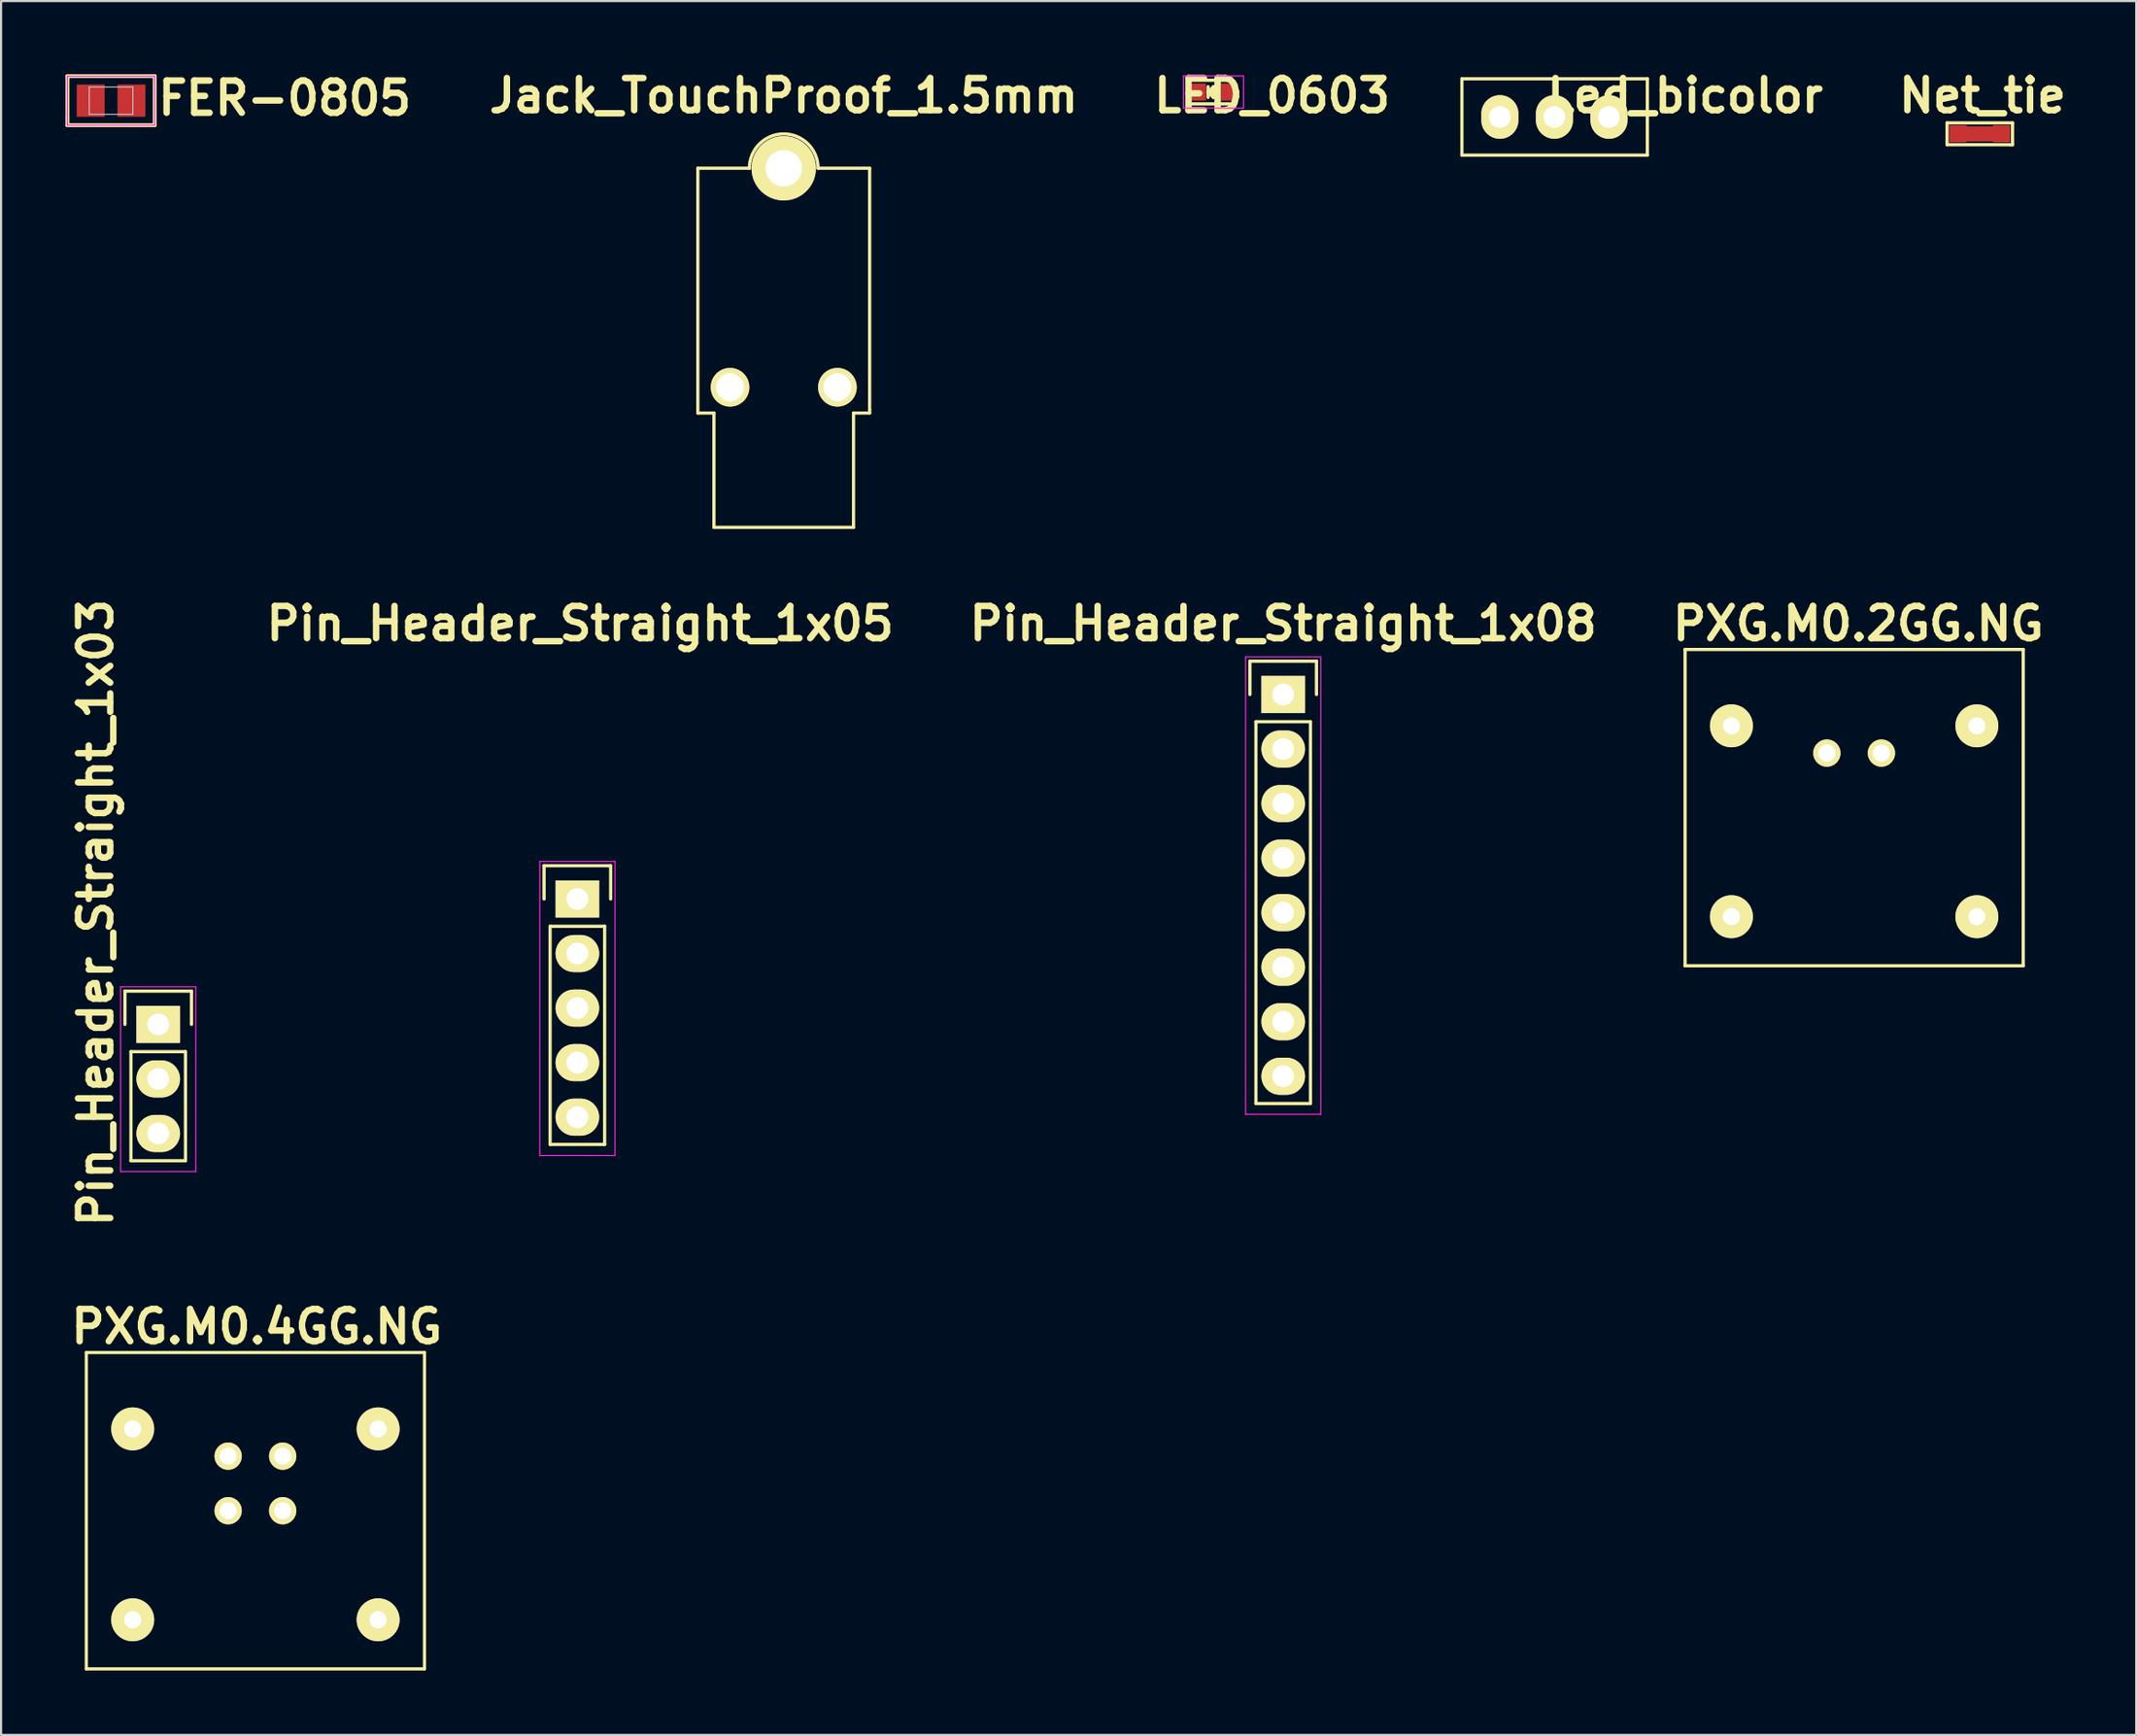
<source format=kicad_pcb>
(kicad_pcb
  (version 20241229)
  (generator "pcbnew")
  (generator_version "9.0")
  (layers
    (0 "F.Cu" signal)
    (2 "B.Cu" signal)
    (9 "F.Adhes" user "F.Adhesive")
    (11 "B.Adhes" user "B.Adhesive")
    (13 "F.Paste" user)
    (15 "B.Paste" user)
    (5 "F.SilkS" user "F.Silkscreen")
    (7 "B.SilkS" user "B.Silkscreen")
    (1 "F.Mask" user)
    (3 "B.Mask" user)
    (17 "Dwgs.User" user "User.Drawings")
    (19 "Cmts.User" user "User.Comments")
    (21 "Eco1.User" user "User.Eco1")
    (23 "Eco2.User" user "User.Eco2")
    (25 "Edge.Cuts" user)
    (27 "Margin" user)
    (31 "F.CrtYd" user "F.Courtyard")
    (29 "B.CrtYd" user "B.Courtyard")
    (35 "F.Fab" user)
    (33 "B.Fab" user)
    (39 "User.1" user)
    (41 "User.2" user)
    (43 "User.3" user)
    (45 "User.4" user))
  (footprint "Jack_TouchProof_1.5mm"
    (layer "F.Cu")
    (at 33.447 9.786)
    (property "Reference" "Jack_TouchProof_1.5mm" (at 0 -8.382 0) (layer "F.SilkS") (effects (font (size 1.5 1.5) (thickness 0.3))))
    (attr through_hole)
    (fp_line (start -4 -5) (end -4 6.4) (stroke (width 0.15) (type solid)) (layer "F.SilkS"))
    (fp_line (start -4 -5) (end -1.6 -5) (stroke (width 0.15) (type solid)) (layer "F.SilkS"))
    (fp_line (start -3.25 6.4) (end -4 6.4) (stroke (width 0.15) (type solid)) (layer "F.SilkS"))
    (fp_line (start -3.25 6.4) (end -3.25 11.725) (stroke (width 0.15) (type solid)) (layer "F.SilkS"))
    (fp_line (start 3.25 6.4) (end 3.25 11.725) (stroke (width 0.15) (type solid)) (layer "F.SilkS"))
    (fp_line (start 3.25 11.725) (end -3.25 11.725) (stroke (width 0.15) (type solid)) (layer "F.SilkS"))
    (fp_line (start 4 -5) (end 1.6 -5) (stroke (width 0.15) (type solid)) (layer "F.SilkS"))
    (fp_line (start 4 -5) (end 4 6.25) (stroke (width 0.15) (type solid)) (layer "F.SilkS"))
    (fp_line (start 4 6.25) (end 4 6.4) (stroke (width 0.15) (type solid)) (layer "F.SilkS"))
    (fp_line (start 4 6.4) (end 3.25 6.4) (stroke (width 0.15) (type solid)) (layer "F.SilkS"))
    (fp_arc (start -1.6 -5) (mid 0 -6.6) (end 1.6 -5) (stroke (width 0.15) (type solid)) (layer "F.SilkS"))
    (pad "1" thru_hole circle (at 0 -5) (size 3 3) (drill 1.7) (layers "*.Cu" "*.Mask" "F.SilkS"))
    (pad "2" thru_hole circle (at -2.5 5.2) (size 1.8 1.8) (drill 1.3) (layers "*.Cu" "*.Mask" "F.SilkS"))
    (pad "2" thru_hole circle (at 2.5 5.2) (size 1.8 1.8) (drill 1.3) (layers "*.Cu" "*.Mask" "F.SilkS")))
  (footprint "LED_0603"
    (layer "F.Cu")
    (at 53.459 1.238)
    (property "Reference" "LED_0603" (at 2.731 0.166 0) (layer "F.SilkS") (effects (font (size 1.5 1.5) (thickness 0.3))))
    (attr smd)
    (fp_line (start -1.1 -0.55) (end 0.8 -0.55) (stroke (width 0.15) (type solid)) (layer "F.SilkS"))
    (fp_line (start -1.1 0.55) (end 0.8 0.55) (stroke (width 0.15) (type solid)) (layer "F.SilkS"))
    (fp_line (start -0.25 -0.25) (end -0.25 0.25) (stroke (width 0.15) (type solid)) (layer "F.SilkS"))
    (fp_line (start -0.25 0) (end 0 -0.25) (stroke (width 0.15) (type solid)) (layer "F.SilkS"))
    (fp_line (start -0.2 0) (end 0.25 0) (stroke (width 0.15) (type solid)) (layer "F.SilkS"))
    (fp_line (start 0 -0.25) (end 0 0.25) (stroke (width 0.15) (type solid)) (layer "F.SilkS"))
    (fp_line (start 0 0.25) (end -0.25 0) (stroke (width 0.15) (type solid)) (layer "F.SilkS"))
    (fp_line (start -1.4 -0.75) (end 1.4 -0.75) (stroke (width 0.05) (type solid)) (layer "F.CrtYd"))
    (fp_line (start -1.4 0.75) (end -1.4 -0.75) (stroke (width 0.05) (type solid)) (layer "F.CrtYd"))
    (fp_line (start 1.4 -0.75) (end 1.4 0.75) (stroke (width 0.05) (type solid)) (layer "F.CrtYd"))
    (fp_line (start 1.4 0.75) (end -1.4 0.75) (stroke (width 0.05) (type solid)) (layer "F.CrtYd"))
    (pad "1" smd rect (at -0.749 0 180) (size 0.798 0.798) (layers "F.Cu" "F.Mask" "F.Paste"))
    (pad "2" smd rect (at 0.749 0 180) (size 0.798 0.798) (layers "F.Cu" "F.Mask" "F.Paste")))
  (footprint "Pin_Header_Straight_1x03"
    (layer "F.Cu")
    (at 4.318 44.657)
    (property "Reference" "Pin_Header_Straight_1x03" (at -2.914 -5.2 90) (layer "F.SilkS") (effects (font (size 1.5 1.5) (thickness 0.3))))
    (attr through_hole)
    (fp_line (start -1.55 -1.55) (end 1.55 -1.55) (stroke (width 0.15) (type solid)) (layer "F.SilkS"))
    (fp_line (start -1.55 0) (end -1.55 -1.55) (stroke (width 0.15) (type solid)) (layer "F.SilkS"))
    (fp_line (start -1.27 1.27) (end -1.27 6.35) (stroke (width 0.15) (type solid)) (layer "F.SilkS"))
    (fp_line (start -1.27 6.35) (end 1.27 6.35) (stroke (width 0.15) (type solid)) (layer "F.SilkS"))
    (fp_line (start 1.27 1.27) (end -1.27 1.27) (stroke (width 0.15) (type solid)) (layer "F.SilkS"))
    (fp_line (start 1.27 6.35) (end 1.27 1.27) (stroke (width 0.15) (type solid)) (layer "F.SilkS"))
    (fp_line (start 1.55 -1.55) (end 1.55 0) (stroke (width 0.15) (type solid)) (layer "F.SilkS"))
    (fp_line (start -1.75 -1.75) (end -1.75 6.85) (stroke (width 0.05) (type solid)) (layer "F.CrtYd"))
    (fp_line (start -1.75 -1.75) (end 1.75 -1.75) (stroke (width 0.05) (type solid)) (layer "F.CrtYd"))
    (fp_line (start -1.75 6.85) (end 1.75 6.85) (stroke (width 0.05) (type solid)) (layer "F.CrtYd"))
    (fp_line (start 1.75 -1.75) (end 1.75 6.85) (stroke (width 0.05) (type solid)) (layer "F.CrtYd"))
    (pad "1" thru_hole rect (at 0 0) (size 2.032 1.727) (drill 1.016) (layers "*.Cu" "*.Mask" "F.SilkS"))
    (pad "2" thru_hole oval (at 0 2.54) (size 2.032 1.727) (drill 1.016) (layers "*.Cu" "*.Mask" "F.SilkS"))
    (pad "3" thru_hole oval (at 0 5.08) (size 2.032 1.727) (drill 1.016) (layers "*.Cu" "*.Mask" "F.SilkS")))
  (footprint "Led_bicolor"
    (layer "F.Cu")
    (at 69.347 2.398)
    (property "Reference" "Led_bicolor" (at 6.076 -0.994 0) (layer "F.SilkS") (effects (font (size 1.5 1.5) (thickness 0.3))))
    (attr through_hole)
    (fp_line (start -4.318 -1.778) (end -4.318 1.778) (stroke (width 0.15) (type solid)) (layer "F.SilkS"))
    (fp_line (start -4.318 1.778) (end 4.318 1.778) (stroke (width 0.15) (type solid)) (layer "F.SilkS"))
    (fp_line (start 4.318 -1.778) (end -4.318 -1.778) (stroke (width 0.15) (type solid)) (layer "F.SilkS"))
    (fp_line (start 4.318 1.778) (end 4.318 -1.778) (stroke (width 0.15) (type solid)) (layer "F.SilkS"))
    (pad "1" thru_hole oval (at -2.55 0) (size 1.727 2.032) (drill 1.016) (layers "*.Cu" "*.Mask" "F.SilkS"))
    (pad "2" thru_hole oval (at -0.01 0) (size 1.727 2.032) (drill 1.016) (layers "*.Cu" "*.Mask" "F.SilkS"))
    (pad "3" thru_hole oval (at 2.53 0) (size 1.727 2.032) (drill 1.016) (layers "*.Cu" "*.Mask" "F.SilkS")))
  (footprint "PXG.M0.2GG.NG"
    (layer "F.Cu")
    (at 83.295 35.197)
    (property "Reference" "PXG.M0.2GG.NG" (at 0.191 -9.207 0) (layer "F.SilkS") (effects (font (size 1.5 1.5) (thickness 0.3))))
    (attr through_hole)
    (fp_line (start -7.874 -8.001) (end 7.874 -8.001) (stroke (width 0.15) (type solid)) (layer "F.SilkS"))
    (fp_line (start -7.874 6.731) (end -7.874 -8.001) (stroke (width 0.15) (type solid)) (layer "F.SilkS"))
    (fp_line (start 7.874 -8.001) (end 7.874 6.731) (stroke (width 0.15) (type solid)) (layer "F.SilkS"))
    (fp_line (start 7.874 6.731) (end -7.874 6.731) (stroke (width 0.15) (type solid)) (layer "F.SilkS"))
    (pad "1" thru_hole circle (at -1.27 -3.175) (size 1.27 1.27) (drill 0.8) (layers "*.Cu" "*.Mask" "F.SilkS"))
    (pad "2" thru_hole circle (at 1.27 -3.175) (size 1.27 1.27) (drill 0.8) (layers "*.Cu" "*.Mask" "F.SilkS"))
    (pad "3" thru_hole circle (at -5.715 -4.445) (size 2 2) (drill 0.8) (layers "*.Cu" "*.Mask" "F.SilkS"))
    (pad "3" thru_hole circle (at -5.715 4.445) (size 2 2) (drill 0.8) (layers "*.Cu" "*.Mask" "F.SilkS"))
    (pad "3" thru_hole circle (at 5.715 -4.445) (size 2 2) (drill 0.8) (layers "*.Cu" "*.Mask" "F.SilkS"))
    (pad "3" thru_hole circle (at 5.715 4.445) (size 2 2) (drill 0.8) (layers "*.Cu" "*.Mask" "F.SilkS")))
  (footprint "FER-0805"
    (layer "F.Cu")
    (at 2.122 1.638)
    (property "Reference" "FER-0805" (at 2.032 0.762 180) (layer "F.SilkS") (effects (font (size 1.5 1.5) (thickness 0.3)) (justify left bottom)))
    (attr through_hole)
    (fp_line (start -2.032 -1.143) (end -2.032 1.143) (stroke (width 0.18) (type solid)) (layer "F.SilkS"))
    (fp_line (start -2.032 1.143) (end 2.032 1.143) (stroke (width 0.18) (type solid)) (layer "F.SilkS"))
    (fp_line (start 2.032 -1.143) (end -2.032 -1.143) (stroke (width 0.18) (type solid)) (layer "F.SilkS"))
    (fp_line (start 2.032 1.143) (end 2.032 -1.143) (stroke (width 0.18) (type solid)) (layer "F.SilkS"))
    (fp_line (start -1.016 -0.635) (end 1.016 -0.635) (stroke (width 0.05) (type solid)) (layer "Dwgs.User"))
    (fp_line (start -1.016 0.635) (end -1.016 -0.635) (stroke (width 0.05) (type solid)) (layer "Dwgs.User"))
    (fp_line (start 1.016 -0.635) (end 1.016 0.635) (stroke (width 0.05) (type solid)) (layer "Dwgs.User"))
    (fp_line (start 1.016 0.635) (end -1.016 0.635) (stroke (width 0.05) (type solid)) (layer "Dwgs.User"))
    (fp_line (start -2.032 -1.143) (end 2.032 -1.143) (stroke (width 0.05) (type solid)) (layer "F.CrtYd"))
    (fp_line (start -2.032 1.143) (end -2.032 -1.143) (stroke (width 0.05) (type solid)) (layer "F.CrtYd"))
    (fp_line (start 2.032 -1.143) (end 2.032 1.143) (stroke (width 0.05) (type solid)) (layer "F.CrtYd"))
    (fp_line (start 2.032 1.143) (end -2.032 1.143) (stroke (width 0.05) (type solid)) (layer "F.CrtYd"))
    (pad "1" smd rect (at -0.95 0) (size 1.3 1.5) (layers "F.Cu" "F.Mask" "F.Paste"))
    (pad "2" smd rect (at 0.95 0) (size 1.3 1.5) (layers "F.Cu" "F.Mask" "F.Paste")))
  (footprint "Pin_Header_Straight_1x05"
    (layer "F.Cu")
    (at 23.837 38.817)
    (property "Reference" "Pin_Header_Straight_1x05" (at 0.127 -12.827 0) (layer "F.SilkS") (effects (font (size 1.5 1.5) (thickness 0.3))))
    (attr through_hole)
    (fp_line (start -1.55 -1.55) (end 1.55 -1.55) (stroke (width 0.15) (type solid)) (layer "F.SilkS"))
    (fp_line (start -1.55 0) (end -1.55 -1.55) (stroke (width 0.15) (type solid)) (layer "F.SilkS"))
    (fp_line (start -1.27 11.43) (end -1.27 1.27) (stroke (width 0.15) (type solid)) (layer "F.SilkS"))
    (fp_line (start 1.27 1.27) (end -1.27 1.27) (stroke (width 0.15) (type solid)) (layer "F.SilkS"))
    (fp_line (start 1.27 1.27) (end 1.27 11.43) (stroke (width 0.15) (type solid)) (layer "F.SilkS"))
    (fp_line (start 1.27 11.43) (end -1.27 11.43) (stroke (width 0.15) (type solid)) (layer "F.SilkS"))
    (fp_line (start 1.55 -1.55) (end 1.55 0) (stroke (width 0.15) (type solid)) (layer "F.SilkS"))
    (fp_line (start -1.75 -1.75) (end -1.75 11.95) (stroke (width 0.05) (type solid)) (layer "F.CrtYd"))
    (fp_line (start -1.75 -1.75) (end 1.75 -1.75) (stroke (width 0.05) (type solid)) (layer "F.CrtYd"))
    (fp_line (start -1.75 11.95) (end 1.75 11.95) (stroke (width 0.05) (type solid)) (layer "F.CrtYd"))
    (fp_line (start 1.75 -1.75) (end 1.75 11.95) (stroke (width 0.05) (type solid)) (layer "F.CrtYd"))
    (pad "1" thru_hole rect (at 0 0) (size 2.032 1.727) (drill 1.016) (layers "*.Cu" "*.Mask" "F.SilkS"))
    (pad "2" thru_hole oval (at 0 2.54) (size 2.032 1.727) (drill 1.016) (layers "*.Cu" "*.Mask" "F.SilkS"))
    (pad "3" thru_hole oval (at 0 5.08) (size 2.032 1.727) (drill 1.016) (layers "*.Cu" "*.Mask" "F.SilkS"))
    (pad "4" thru_hole oval (at 0 7.62) (size 2.032 1.727) (drill 1.016) (layers "*.Cu" "*.Mask" "F.SilkS"))
    (pad "5" thru_hole oval (at 0 10.16) (size 2.032 1.727) (drill 1.016) (layers "*.Cu" "*.Mask" "F.SilkS")))
  (footprint "PXG.M0.4GG.NG"
    (layer "F.Cu")
    (at 8.844 67.94)
    (property "Reference" "PXG.M0.4GG.NG" (at 0.064 -9.207 0) (layer "F.SilkS") (effects (font (size 1.5 1.5) (thickness 0.3))))
    (attr through_hole)
    (fp_line (start -7.874 -8.001) (end 7.874 -8.001) (stroke (width 0.15) (type solid)) (layer "F.SilkS"))
    (fp_line (start -7.874 6.731) (end -7.874 -8.001) (stroke (width 0.15) (type solid)) (layer "F.SilkS"))
    (fp_line (start 7.874 -8.001) (end 7.874 6.731) (stroke (width 0.15) (type solid)) (layer "F.SilkS"))
    (fp_line (start 7.874 6.731) (end -7.874 6.731) (stroke (width 0.15) (type solid)) (layer "F.SilkS"))
    (pad "1" thru_hole circle (at -1.27 -3.175) (size 1.27 1.27) (drill 0.8) (layers "*.Cu" "*.Mask" "F.SilkS"))
    (pad "2" thru_hole circle (at -1.27 -0.635) (size 1.27 1.27) (drill 0.8) (layers "*.Cu" "*.Mask" "F.SilkS"))
    (pad "3" thru_hole circle (at 1.27 -0.635) (size 1.27 1.27) (drill 0.8) (layers "*.Cu" "*.Mask" "F.SilkS"))
    (pad "4" thru_hole circle (at 1.27 -3.175) (size 1.27 1.27) (drill 0.8) (layers "*.Cu" "*.Mask" "F.SilkS"))
    (pad "5" thru_hole circle (at -5.715 -4.445) (size 2 2) (drill 0.8) (layers "*.Cu" "*.Mask" "F.SilkS"))
    (pad "5" thru_hole circle (at -5.715 4.445) (size 2 2) (drill 0.8) (layers "*.Cu" "*.Mask" "F.SilkS"))
    (pad "5" thru_hole circle (at 5.715 -4.445) (size 2 2) (drill 0.8) (layers "*.Cu" "*.Mask" "F.SilkS"))
    (pad "5" thru_hole circle (at 5.715 4.445) (size 2 2) (drill 0.8) (layers "*.Cu" "*.Mask" "F.SilkS")))
  (footprint "Pin_Header_Straight_1x08"
    (layer "F.Cu")
    (at 56.707 29.292)
    (property "Reference" "Pin_Header_Straight_1x08" (at 0 -3.302 0) (layer "F.SilkS") (effects (font (size 1.5 1.5) (thickness 0.3))))
    (attr through_hole)
    (fp_line (start -1.55 -1.55) (end 1.55 -1.55) (stroke (width 0.15) (type solid)) (layer "F.SilkS"))
    (fp_line (start -1.55 0) (end -1.55 -1.55) (stroke (width 0.15) (type solid)) (layer "F.SilkS"))
    (fp_line (start -1.27 19.05) (end -1.27 1.27) (stroke (width 0.15) (type solid)) (layer "F.SilkS"))
    (fp_line (start 1.27 1.27) (end -1.27 1.27) (stroke (width 0.15) (type solid)) (layer "F.SilkS"))
    (fp_line (start 1.27 1.27) (end 1.27 19.05) (stroke (width 0.15) (type solid)) (layer "F.SilkS"))
    (fp_line (start 1.27 19.05) (end -1.27 19.05) (stroke (width 0.15) (type solid)) (layer "F.SilkS"))
    (fp_line (start 1.55 -1.55) (end 1.55 0) (stroke (width 0.15) (type solid)) (layer "F.SilkS"))
    (fp_line (start -1.75 -1.75) (end -1.75 19.55) (stroke (width 0.05) (type solid)) (layer "F.CrtYd"))
    (fp_line (start -1.75 -1.75) (end 1.75 -1.75) (stroke (width 0.05) (type solid)) (layer "F.CrtYd"))
    (fp_line (start -1.75 19.55) (end 1.75 19.55) (stroke (width 0.05) (type solid)) (layer "F.CrtYd"))
    (fp_line (start 1.75 -1.75) (end 1.75 19.55) (stroke (width 0.05) (type solid)) (layer "F.CrtYd"))
    (pad "1" thru_hole rect (at 0 0) (size 2.032 1.727) (drill 1.016) (layers "*.Cu" "*.Mask" "F.SilkS"))
    (pad "2" thru_hole oval (at 0 2.54) (size 2.032 1.727) (drill 1.016) (layers "*.Cu" "*.Mask" "F.SilkS"))
    (pad "3" thru_hole oval (at 0 5.08) (size 2.032 1.727) (drill 1.016) (layers "*.Cu" "*.Mask" "F.SilkS"))
    (pad "4" thru_hole oval (at 0 7.62) (size 2.032 1.727) (drill 1.016) (layers "*.Cu" "*.Mask" "F.SilkS"))
    (pad "5" thru_hole oval (at 0 10.16) (size 2.032 1.727) (drill 1.016) (layers "*.Cu" "*.Mask" "F.SilkS"))
    (pad "6" thru_hole oval (at 0 12.7) (size 2.032 1.727) (drill 1.016) (layers "*.Cu" "*.Mask" "F.SilkS"))
    (pad "7" thru_hole oval (at 0 15.24) (size 2.032 1.727) (drill 1.016) (layers "*.Cu" "*.Mask" "F.SilkS"))
    (pad "8" thru_hole oval (at 0 17.78) (size 2.032 1.727) (drill 1.016) (layers "*.Cu" "*.Mask" "F.SilkS")))
  (footprint "Net_tie"
    (layer "F.Cu")
    (at 89.146 3.182)
    (property "Reference" "Net_tie" (at 0.127 -1.778 0) (layer "F.SilkS") (effects (font (size 1.5 1.5) (thickness 0.3))))
    (attr through_hole)
    (fp_line (start -1.016 0) (end 1.016 0) (stroke (width 0.7) (type solid)) (layer "F.Cu"))
    (fp_line (start -1.524 -0.508) (end -1.524 0.508) (stroke (width 0.15) (type solid)) (layer "F.SilkS"))
    (fp_line (start -1.524 0.508) (end 1.397 0.508) (stroke (width 0.15) (type solid)) (layer "F.SilkS"))
    (fp_line (start 1.397 0.508) (end 1.524 0.508) (stroke (width 0.15) (type solid)) (layer "F.SilkS"))
    (fp_line (start 1.524 -0.508) (end -1.524 -0.508) (stroke (width 0.15) (type solid)) (layer "F.SilkS"))
    (fp_line (start 1.524 0.508) (end 1.524 -0.508) (stroke (width 0.15) (type solid)) (layer "F.SilkS"))
    (pad "1" smd rect (at -1.016 0) (size 0.8 0.8) (layers "F.Cu" "F.Mask" "F.Paste"))
    (pad "2" smd rect (at 1.016 0) (size 0.8 0.8) (layers "F.Cu" "F.Mask" "F.Paste")))
  (gr_rect
    (start -3 -3)
    (end 96.43 77.746)
    (stroke (width 0.1) (type default))
    (fill no)
    (layer "Edge.Cuts")))
</source>
